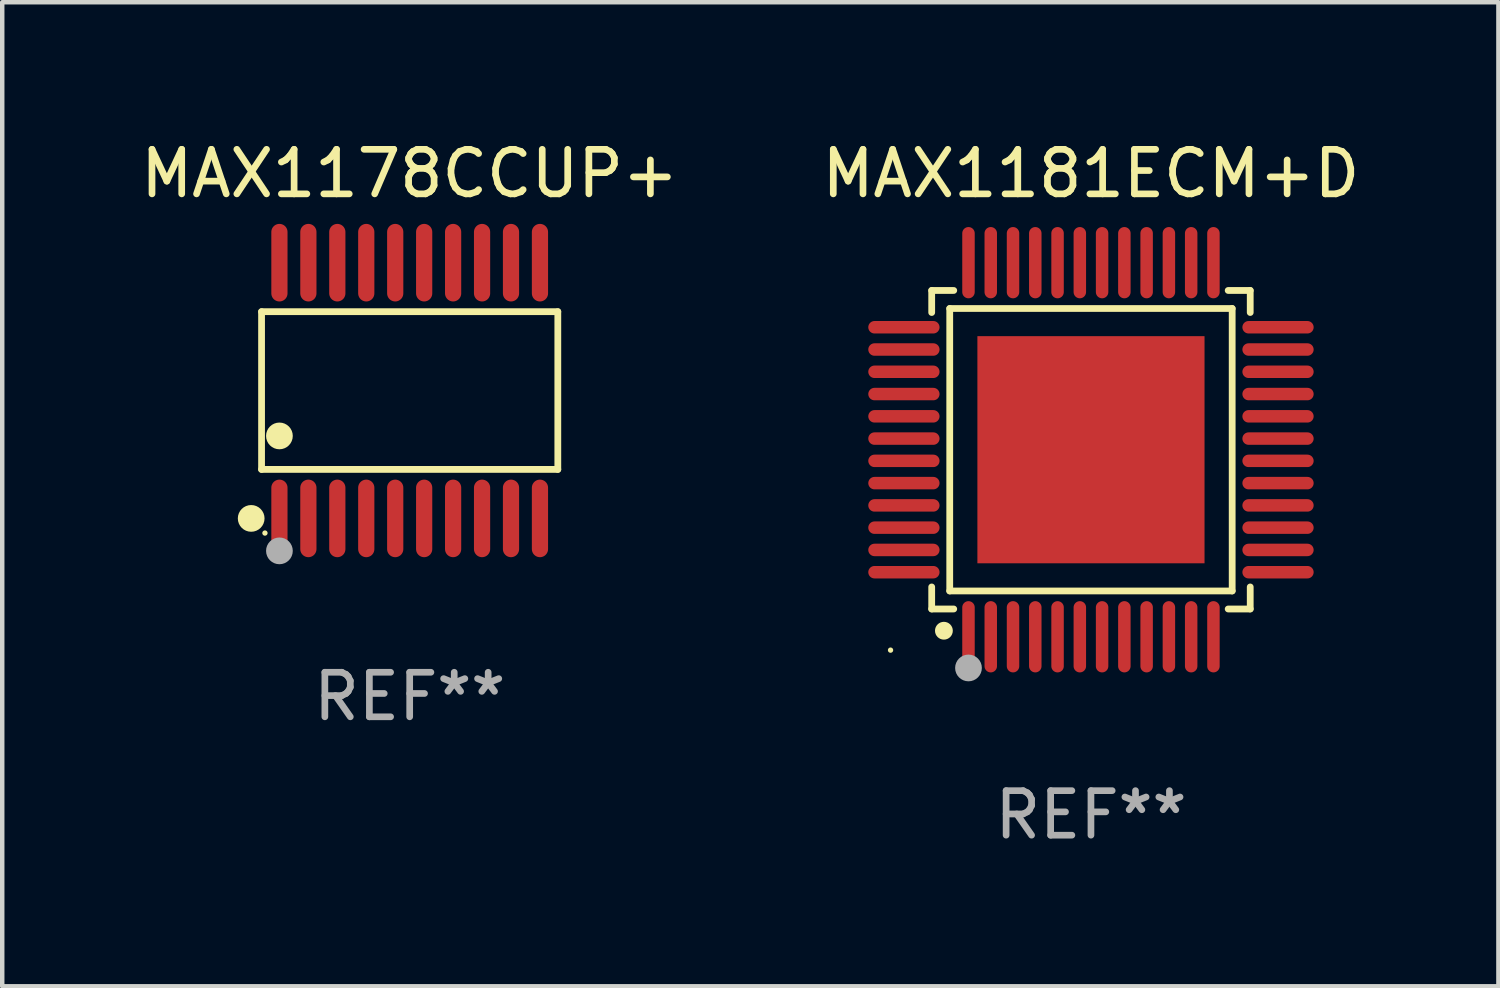
<source format=kicad_pcb>
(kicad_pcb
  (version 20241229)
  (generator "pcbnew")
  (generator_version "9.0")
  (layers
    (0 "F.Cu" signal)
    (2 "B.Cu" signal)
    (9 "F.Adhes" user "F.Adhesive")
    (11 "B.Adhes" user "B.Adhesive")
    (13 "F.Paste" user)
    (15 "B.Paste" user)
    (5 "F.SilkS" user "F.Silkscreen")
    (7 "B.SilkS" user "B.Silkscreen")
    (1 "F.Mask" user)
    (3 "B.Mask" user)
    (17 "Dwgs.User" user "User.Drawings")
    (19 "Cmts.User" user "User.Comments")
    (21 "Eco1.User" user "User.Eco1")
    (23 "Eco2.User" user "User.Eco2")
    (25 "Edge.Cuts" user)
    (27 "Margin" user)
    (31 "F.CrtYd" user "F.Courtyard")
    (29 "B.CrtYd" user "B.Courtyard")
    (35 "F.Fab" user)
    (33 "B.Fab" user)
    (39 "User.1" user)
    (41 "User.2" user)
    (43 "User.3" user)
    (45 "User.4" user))
  (footprint "MAX1178CCUP+"
    (layer "F.Cu")
    (at 6.149 5.719)
    (property "Reference" "MAX1178CCUP+" (at 0 -4.871 0) (layer "F.SilkS") (effects (font (size 1 1) (thickness 0.15))))
    (attr through_hole)
    (fp_line (start -3.326 -1.771) (end 3.326 -1.771) (stroke (width 0.152) (type solid)) (layer "F.SilkS"))
    (fp_line (start -3.326 1.771) (end -3.326 -1.771) (stroke (width 0.152) (type solid)) (layer "F.SilkS"))
    (fp_line (start 3.326 -1.771) (end 3.326 1.771) (stroke (width 0.152) (type solid)) (layer "F.SilkS"))
    (fp_line (start 3.326 1.771) (end -3.326 1.771) (stroke (width 0.152) (type solid)) (layer "F.SilkS"))
    (fp_circle (center -3.559 2.871) (end -3.409 2.871) (stroke (width 0.3) (type solid)) (fill no) (layer "F.SilkS"))
    (fp_circle (center -3.25 3.2) (end -3.22 3.2) (stroke (width 0.06) (type solid)) (fill no) (layer "F.SilkS"))
    (fp_circle (center -2.925 1.019) (end -2.775 1.019) (stroke (width 0.3) (type solid)) (fill no) (layer "F.SilkS"))
    (fp_circle (center -2.925 3.6) (end -2.775 3.6) (stroke (width 0.3) (type solid)) (fill no) (layer "F.Fab"))
    (fp_text user "REF**" (at 0 6.871 0) (layer "F.Fab") (effects (font (size 1 1) (thickness 0.15))))
    (pad "1" smd oval (at -2.925 2.871) (size 0.364 1.742) (layers "F.Cu" "F.Mask" "F.Paste"))
    (pad "2" smd oval (at -2.275 2.871) (size 0.364 1.742) (layers "F.Cu" "F.Mask" "F.Paste"))
    (pad "3" smd oval (at -1.625 2.871) (size 0.364 1.742) (layers "F.Cu" "F.Mask" "F.Paste"))
    (pad "4" smd oval (at -0.975 2.871) (size 0.364 1.742) (layers "F.Cu" "F.Mask" "F.Paste"))
    (pad "5" smd oval (at -0.325 2.871) (size 0.364 1.742) (layers "F.Cu" "F.Mask" "F.Paste"))
    (pad "6" smd oval (at 0.325 2.871) (size 0.364 1.742) (layers "F.Cu" "F.Mask" "F.Paste"))
    (pad "7" smd oval (at 0.975 2.871) (size 0.364 1.742) (layers "F.Cu" "F.Mask" "F.Paste"))
    (pad "8" smd oval (at 1.625 2.871) (size 0.364 1.742) (layers "F.Cu" "F.Mask" "F.Paste"))
    (pad "9" smd oval (at 2.275 2.871) (size 0.364 1.742) (layers "F.Cu" "F.Mask" "F.Paste"))
    (pad "10" smd oval (at 2.925 2.871) (size 0.364 1.742) (layers "F.Cu" "F.Mask" "F.Paste"))
    (pad "11" smd oval (at 2.925 -2.871) (size 0.364 1.742) (layers "F.Cu" "F.Mask" "F.Paste"))
    (pad "12" smd oval (at 2.275 -2.871) (size 0.364 1.742) (layers "F.Cu" "F.Mask" "F.Paste"))
    (pad "13" smd oval (at 1.625 -2.871) (size 0.364 1.742) (layers "F.Cu" "F.Mask" "F.Paste"))
    (pad "14" smd oval (at 0.975 -2.871) (size 0.364 1.742) (layers "F.Cu" "F.Mask" "F.Paste"))
    (pad "15" smd oval (at 0.325 -2.871) (size 0.364 1.742) (layers "F.Cu" "F.Mask" "F.Paste"))
    (pad "16" smd oval (at -0.325 -2.871) (size 0.364 1.742) (layers "F.Cu" "F.Mask" "F.Paste"))
    (pad "17" smd oval (at -0.975 -2.871) (size 0.364 1.742) (layers "F.Cu" "F.Mask" "F.Paste"))
    (pad "18" smd oval (at -1.625 -2.871) (size 0.364 1.742) (layers "F.Cu" "F.Mask" "F.Paste"))
    (pad "19" smd oval (at -2.275 -2.871) (size 0.364 1.742) (layers "F.Cu" "F.Mask" "F.Paste"))
    (pad "20" smd oval (at -2.925 -2.871) (size 0.364 1.742) (layers "F.Cu" "F.Mask" "F.Paste")))
  (footprint "MAX1181ECM+D"
    (layer "F.Cu")
    (at 21.446 7.048)
    (property "Reference" "MAX1181ECM+D" (at 0 -6.2 0) (layer "F.SilkS") (effects (font (size 1 1) (thickness 0.15))))
    (attr through_hole)
    (fp_line (start -3.576 -3.576) (end -3.081 -3.576) (stroke (width 0.152) (type solid)) (layer "F.SilkS"))
    (fp_line (start -3.576 -3.081) (end -3.576 -3.576) (stroke (width 0.152) (type solid)) (layer "F.SilkS"))
    (fp_line (start -3.576 3.081) (end -3.576 3.576) (stroke (width 0.152) (type solid)) (layer "F.SilkS"))
    (fp_line (start -3.576 3.576) (end -3.081 3.576) (stroke (width 0.152) (type solid)) (layer "F.SilkS"))
    (fp_line (start -3.171 -3.171) (end 3.171 -3.171) (stroke (width 0.152) (type solid)) (layer "F.SilkS"))
    (fp_line (start -3.171 3.171) (end -3.171 -3.171) (stroke (width 0.152) (type solid)) (layer "F.SilkS"))
    (fp_line (start 3.171 -3.171) (end 3.171 3.171) (stroke (width 0.152) (type solid)) (layer "F.SilkS"))
    (fp_line (start 3.171 3.171) (end -3.171 3.171) (stroke (width 0.152) (type solid)) (layer "F.SilkS"))
    (fp_line (start 3.576 -3.576) (end 3.081 -3.576) (stroke (width 0.152) (type solid)) (layer "F.SilkS"))
    (fp_line (start 3.576 -3.081) (end 3.576 -3.576) (stroke (width 0.152) (type solid)) (layer "F.SilkS"))
    (fp_line (start 3.576 3.081) (end 3.576 3.576) (stroke (width 0.152) (type solid)) (layer "F.SilkS"))
    (fp_line (start 3.576 3.576) (end 3.081 3.576) (stroke (width 0.152) (type solid)) (layer "F.SilkS"))
    (fp_circle (center -4.5 4.5) (end -4.47 4.5) (stroke (width 0.06) (type solid)) (fill no) (layer "F.SilkS"))
    (fp_circle (center -3.302 4.064) (end -3.202 4.064) (stroke (width 0.2) (type solid)) (fill no) (layer "F.SilkS"))
    (fp_circle (center -2.75 4.9) (end -2.6 4.9) (stroke (width 0.3) (type solid)) (fill no) (layer "F.Fab"))
    (fp_text user "REF**" (at 0 8.2 0) (layer "F.Fab") (effects (font (size 1 1) (thickness 0.15))))
    (pad "1" smd oval (at -2.75 4.2) (size 0.28 1.6) (layers "F.Cu" "F.Mask" "F.Paste"))
    (pad "2" smd oval (at -2.25 4.2) (size 0.28 1.6) (layers "F.Cu" "F.Mask" "F.Paste"))
    (pad "3" smd oval (at -1.75 4.2) (size 0.28 1.6) (layers "F.Cu" "F.Mask" "F.Paste"))
    (pad "4" smd oval (at -1.25 4.2) (size 0.28 1.6) (layers "F.Cu" "F.Mask" "F.Paste"))
    (pad "5" smd oval (at -0.75 4.2) (size 0.28 1.6) (layers "F.Cu" "F.Mask" "F.Paste"))
    (pad "6" smd oval (at -0.25 4.2) (size 0.28 1.6) (layers "F.Cu" "F.Mask" "F.Paste"))
    (pad "7" smd oval (at 0.25 4.2) (size 0.28 1.6) (layers "F.Cu" "F.Mask" "F.Paste"))
    (pad "8" smd oval (at 0.75 4.2) (size 0.28 1.6) (layers "F.Cu" "F.Mask" "F.Paste"))
    (pad "9" smd oval (at 1.25 4.2) (size 0.28 1.6) (layers "F.Cu" "F.Mask" "F.Paste"))
    (pad "10" smd oval (at 1.75 4.2) (size 0.28 1.6) (layers "F.Cu" "F.Mask" "F.Paste"))
    (pad "11" smd oval (at 2.25 4.2) (size 0.28 1.6) (layers "F.Cu" "F.Mask" "F.Paste"))
    (pad "12" smd oval (at 2.75 4.2) (size 0.28 1.6) (layers "F.Cu" "F.Mask" "F.Paste"))
    (pad "13" smd oval (at 4.2 2.75) (size 1.6 0.28) (layers "F.Cu" "F.Mask" "F.Paste"))
    (pad "14" smd oval (at 4.2 2.25) (size 1.6 0.28) (layers "F.Cu" "F.Mask" "F.Paste"))
    (pad "15" smd oval (at 4.2 1.75) (size 1.6 0.28) (layers "F.Cu" "F.Mask" "F.Paste"))
    (pad "16" smd oval (at 4.2 1.25) (size 1.6 0.28) (layers "F.Cu" "F.Mask" "F.Paste"))
    (pad "17" smd oval (at 4.2 0.75) (size 1.6 0.28) (layers "F.Cu" "F.Mask" "F.Paste"))
    (pad "18" smd oval (at 4.2 0.25) (size 1.6 0.28) (layers "F.Cu" "F.Mask" "F.Paste"))
    (pad "19" smd oval (at 4.2 -0.25) (size 1.6 0.28) (layers "F.Cu" "F.Mask" "F.Paste"))
    (pad "20" smd oval (at 4.2 -0.75) (size 1.6 0.28) (layers "F.Cu" "F.Mask" "F.Paste"))
    (pad "21" smd oval (at 4.2 -1.25) (size 1.6 0.28) (layers "F.Cu" "F.Mask" "F.Paste"))
    (pad "22" smd oval (at 4.2 -1.75) (size 1.6 0.28) (layers "F.Cu" "F.Mask" "F.Paste"))
    (pad "23" smd oval (at 4.2 -2.25) (size 1.6 0.28) (layers "F.Cu" "F.Mask" "F.Paste"))
    (pad "24" smd oval (at 4.2 -2.75) (size 1.6 0.28) (layers "F.Cu" "F.Mask" "F.Paste"))
    (pad "25" smd oval (at 2.75 -4.2) (size 0.28 1.6) (layers "F.Cu" "F.Mask" "F.Paste"))
    (pad "26" smd oval (at 2.25 -4.2) (size 0.28 1.6) (layers "F.Cu" "F.Mask" "F.Paste"))
    (pad "27" smd oval (at 1.75 -4.2) (size 0.28 1.6) (layers "F.Cu" "F.Mask" "F.Paste"))
    (pad "28" smd oval (at 1.25 -4.2) (size 0.28 1.6) (layers "F.Cu" "F.Mask" "F.Paste"))
    (pad "29" smd oval (at 0.75 -4.2) (size 0.28 1.6) (layers "F.Cu" "F.Mask" "F.Paste"))
    (pad "30" smd oval (at 0.25 -4.2) (size 0.28 1.6) (layers "F.Cu" "F.Mask" "F.Paste"))
    (pad "31" smd oval (at -0.25 -4.2) (size 0.28 1.6) (layers "F.Cu" "F.Mask" "F.Paste"))
    (pad "32" smd oval (at -0.75 -4.2) (size 0.28 1.6) (layers "F.Cu" "F.Mask" "F.Paste"))
    (pad "33" smd oval (at -1.25 -4.2) (size 0.28 1.6) (layers "F.Cu" "F.Mask" "F.Paste"))
    (pad "34" smd oval (at -1.75 -4.2) (size 0.28 1.6) (layers "F.Cu" "F.Mask" "F.Paste"))
    (pad "35" smd oval (at -2.25 -4.2) (size 0.28 1.6) (layers "F.Cu" "F.Mask" "F.Paste"))
    (pad "36" smd oval (at -2.75 -4.2) (size 0.28 1.6) (layers "F.Cu" "F.Mask" "F.Paste"))
    (pad "37" smd oval (at -4.2 -2.75) (size 1.6 0.28) (layers "F.Cu" "F.Mask" "F.Paste"))
    (pad "38" smd oval (at -4.2 -2.25) (size 1.6 0.28) (layers "F.Cu" "F.Mask" "F.Paste"))
    (pad "39" smd oval (at -4.2 -1.75) (size 1.6 0.28) (layers "F.Cu" "F.Mask" "F.Paste"))
    (pad "40" smd oval (at -4.2 -1.25) (size 1.6 0.28) (layers "F.Cu" "F.Mask" "F.Paste"))
    (pad "41" smd oval (at -4.2 -0.75) (size 1.6 0.28) (layers "F.Cu" "F.Mask" "F.Paste"))
    (pad "42" smd oval (at -4.2 -0.25) (size 1.6 0.28) (layers "F.Cu" "F.Mask" "F.Paste"))
    (pad "43" smd oval (at -4.2 0.25) (size 1.6 0.28) (layers "F.Cu" "F.Mask" "F.Paste"))
    (pad "44" smd oval (at -4.2 0.75) (size 1.6 0.28) (layers "F.Cu" "F.Mask" "F.Paste"))
    (pad "45" smd oval (at -4.2 1.25) (size 1.6 0.28) (layers "F.Cu" "F.Mask" "F.Paste"))
    (pad "46" smd oval (at -4.2 1.75) (size 1.6 0.28) (layers "F.Cu" "F.Mask" "F.Paste"))
    (pad "47" smd oval (at -4.2 2.25) (size 1.6 0.28) (layers "F.Cu" "F.Mask" "F.Paste"))
    (pad "48" smd oval (at -4.2 2.75) (size 1.6 0.28) (layers "F.Cu" "F.Mask" "F.Paste"))
    (pad "49" smd rect (at 0 0) (size 5.1 5.1) (layers "F.Cu" "F.Mask" "F.Paste")))
  (gr_rect
    (start -3 -3)
    (end 30.595 19.096)
    (stroke (width 0.1) (type default))
    (fill no)
    (layer "Edge.Cuts")))
</source>
